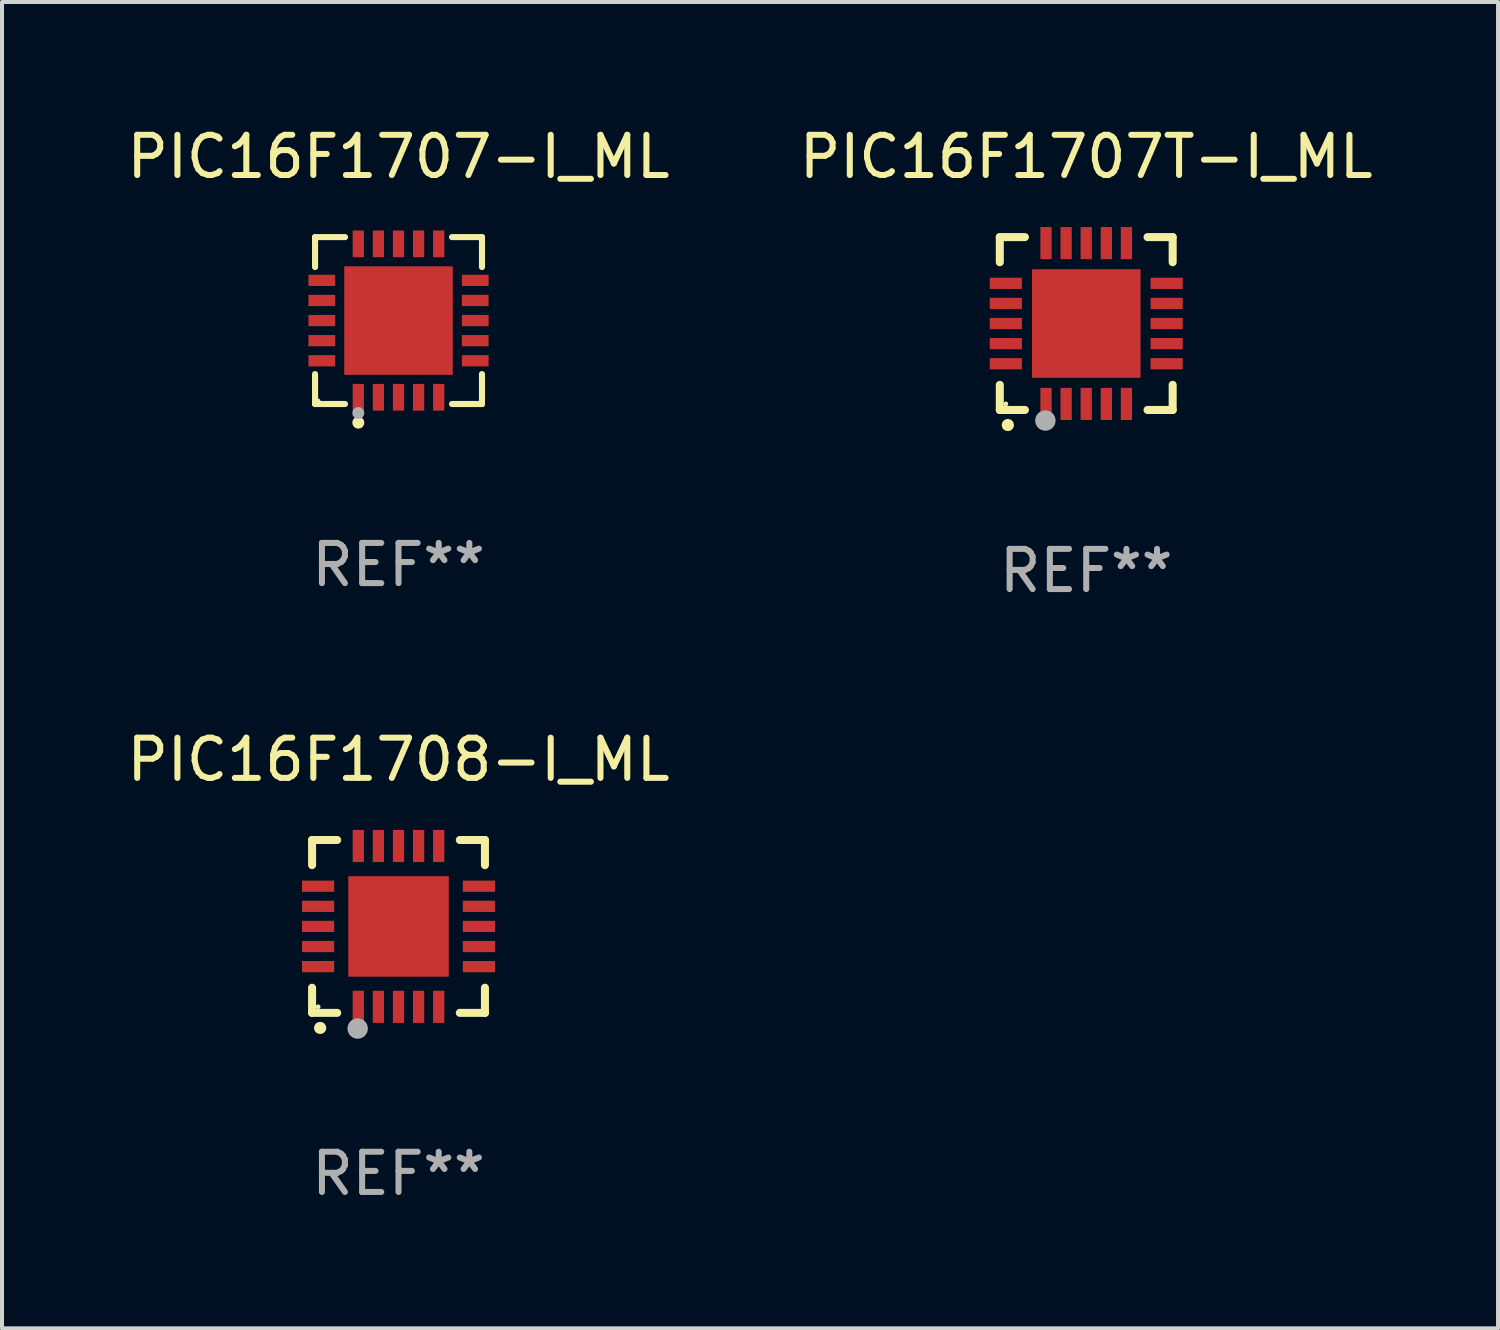
<source format=kicad_pcb>
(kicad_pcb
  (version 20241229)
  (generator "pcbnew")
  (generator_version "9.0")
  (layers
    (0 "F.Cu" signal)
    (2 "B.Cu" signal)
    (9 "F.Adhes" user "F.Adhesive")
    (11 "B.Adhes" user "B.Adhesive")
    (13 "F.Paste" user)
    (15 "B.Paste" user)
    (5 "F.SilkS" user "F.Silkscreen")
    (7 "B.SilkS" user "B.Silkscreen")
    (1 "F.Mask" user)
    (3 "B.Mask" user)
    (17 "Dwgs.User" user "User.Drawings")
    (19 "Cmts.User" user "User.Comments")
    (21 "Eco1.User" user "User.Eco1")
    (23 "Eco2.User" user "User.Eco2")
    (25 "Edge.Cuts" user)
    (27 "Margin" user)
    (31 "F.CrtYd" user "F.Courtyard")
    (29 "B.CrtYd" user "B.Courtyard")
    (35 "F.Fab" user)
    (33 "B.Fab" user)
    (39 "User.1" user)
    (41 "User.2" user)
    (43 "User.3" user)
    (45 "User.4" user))
  (footprint "PIC16F1708-I_ML"
    (layer "F.Cu")
    (at 6.863 19.995)
    (property "Reference" "PIC16F1708-I_ML" (at 0 -4.15 0) (layer "F.SilkS") (effects (font (size 1 1) (thickness 0.15))))
    (attr through_hole)
    (fp_line (start -2.15 -2.15) (end -2.15 -1.525) (stroke (width 0.2) (type solid)) (layer "F.SilkS"))
    (fp_line (start -2.15 2.15) (end -2.15 1.525) (stroke (width 0.2) (type solid)) (layer "F.SilkS"))
    (fp_line (start -1.525 -2.15) (end -2.15 -2.15) (stroke (width 0.2) (type solid)) (layer "F.SilkS"))
    (fp_line (start -1.525 2.15) (end -2.15 2.15) (stroke (width 0.2) (type solid)) (layer "F.SilkS"))
    (fp_line (start 1.525 2.15) (end 2.15 2.15) (stroke (width 0.2) (type solid)) (layer "F.SilkS"))
    (fp_line (start 2.15 -2.15) (end 1.525 -2.15) (stroke (width 0.2) (type solid)) (layer "F.SilkS"))
    (fp_line (start 2.15 -1.525) (end 2.15 -2.15) (stroke (width 0.2) (type solid)) (layer "F.SilkS"))
    (fp_line (start 2.15 2.15) (end 2.15 1.525) (stroke (width 0.2) (type solid)) (layer "F.SilkS"))
    (fp_arc (start -1.950724 2.524765) (mid -1.949454 2.52476) (end -1.948184 2.524765) (stroke (width 0.3) (type solid)) (layer "F.SilkS"))
    (fp_circle (center -2 2) (end -1.97 2) (stroke (width 0.06) (type solid)) (fill no) (layer "F.SilkS"))
    (fp_circle (center -1.016 2.54) (end -0.889 2.54) (stroke (width 0.254) (type solid)) (fill no) (layer "F.Fab"))
    (fp_text user "REF**" (at 0 6.15 0) (layer "F.Fab") (effects (font (size 1 1) (thickness 0.15))))
    (pad "1" smd rect (at -1 2) (size 0.28 0.8) (layers "F.Cu" "F.Mask" "F.Paste"))
    (pad "2" smd rect (at -0.5 2) (size 0.28 0.8) (layers "F.Cu" "F.Mask" "F.Paste"))
    (pad "3" smd rect (at 0 2) (size 0.28 0.8) (layers "F.Cu" "F.Mask" "F.Paste"))
    (pad "4" smd rect (at 0.5 2) (size 0.28 0.8) (layers "F.Cu" "F.Mask" "F.Paste"))
    (pad "5" smd rect (at 1 2) (size 0.28 0.8) (layers "F.Cu" "F.Mask" "F.Paste"))
    (pad "6" smd rect (at 2 1) (size 0.8 0.28) (layers "F.Cu" "F.Mask" "F.Paste"))
    (pad "7" smd rect (at 2 0.5) (size 0.8 0.28) (layers "F.Cu" "F.Mask" "F.Paste"))
    (pad "8" smd rect (at 2 0) (size 0.8 0.28) (layers "F.Cu" "F.Mask" "F.Paste"))
    (pad "9" smd rect (at 2 -0.5) (size 0.8 0.28) (layers "F.Cu" "F.Mask" "F.Paste"))
    (pad "10" smd rect (at 2 -1) (size 0.8 0.28) (layers "F.Cu" "F.Mask" "F.Paste"))
    (pad "11" smd rect (at 1 -2) (size 0.28 0.8) (layers "F.Cu" "F.Mask" "F.Paste"))
    (pad "12" smd rect (at 0.5 -2) (size 0.28 0.8) (layers "F.Cu" "F.Mask" "F.Paste"))
    (pad "13" smd rect (at 0 -2) (size 0.28 0.8) (layers "F.Cu" "F.Mask" "F.Paste"))
    (pad "14" smd rect (at -0.5 -2) (size 0.28 0.8) (layers "F.Cu" "F.Mask" "F.Paste"))
    (pad "15" smd rect (at -1 -2) (size 0.28 0.8) (layers "F.Cu" "F.Mask" "F.Paste"))
    (pad "16" smd rect (at -2 -1) (size 0.8 0.28) (layers "F.Cu" "F.Mask" "F.Paste"))
    (pad "17" smd rect (at -2 -0.5) (size 0.8 0.28) (layers "F.Cu" "F.Mask" "F.Paste"))
    (pad "18" smd rect (at -2 0) (size 0.8 0.28) (layers "F.Cu" "F.Mask" "F.Paste"))
    (pad "19" smd rect (at -2 0.5) (size 0.8 0.28) (layers "F.Cu" "F.Mask" "F.Paste"))
    (pad "20" smd rect (at -2 1) (size 0.8 0.28) (layers "F.Cu" "F.Mask" "F.Paste"))
    (pad "21" smd rect (at 0 0) (size 2.5 2.5) (layers "F.Cu" "F.Mask" "F.Paste")))
  (footprint "PIC16F1707T-I_ML"
    (layer "F.Cu")
    (at 23.97 4.998)
    (property "Reference" "PIC16F1707T-I_ML" (at 0 -4.15 0) (layer "F.SilkS") (effects (font (size 1 1) (thickness 0.15))))
    (attr through_hole)
    (fp_line (start -2.15 -2.15) (end -2.15 -1.525) (stroke (width 0.2) (type solid)) (layer "F.SilkS"))
    (fp_line (start -2.15 2.15) (end -2.15 1.525) (stroke (width 0.2) (type solid)) (layer "F.SilkS"))
    (fp_line (start -1.525 -2.15) (end -2.15 -2.15) (stroke (width 0.2) (type solid)) (layer "F.SilkS"))
    (fp_line (start -1.525 2.15) (end -2.15 2.15) (stroke (width 0.2) (type solid)) (layer "F.SilkS"))
    (fp_line (start 1.525 2.15) (end 2.15 2.15) (stroke (width 0.2) (type solid)) (layer "F.SilkS"))
    (fp_line (start 2.15 -2.15) (end 1.525 -2.15) (stroke (width 0.2) (type solid)) (layer "F.SilkS"))
    (fp_line (start 2.15 -1.525) (end 2.15 -2.15) (stroke (width 0.2) (type solid)) (layer "F.SilkS"))
    (fp_line (start 2.15 2.15) (end 2.15 1.525) (stroke (width 0.2) (type solid)) (layer "F.SilkS"))
    (fp_arc (start -1.950724 2.524765) (mid -1.949454 2.52476) (end -1.948184 2.524765) (stroke (width 0.3) (type solid)) (layer "F.SilkS"))
    (fp_circle (center -2 2) (end -1.97 2) (stroke (width 0.06) (type solid)) (fill no) (layer "F.SilkS"))
    (fp_circle (center -1.016 2.413) (end -0.889 2.413) (stroke (width 0.254) (type solid)) (fill no) (layer "F.Fab"))
    (fp_text user "REF**" (at 0 6.15 0) (layer "F.Fab") (effects (font (size 1 1) (thickness 0.15))))
    (pad "1" smd rect (at -1 2) (size 0.28 0.8) (layers "F.Cu" "F.Mask" "F.Paste"))
    (pad "2" smd rect (at -0.5 2) (size 0.28 0.8) (layers "F.Cu" "F.Mask" "F.Paste"))
    (pad "3" smd rect (at 0 2) (size 0.28 0.8) (layers "F.Cu" "F.Mask" "F.Paste"))
    (pad "4" smd rect (at 0.5 2) (size 0.28 0.8) (layers "F.Cu" "F.Mask" "F.Paste"))
    (pad "5" smd rect (at 1 2) (size 0.28 0.8) (layers "F.Cu" "F.Mask" "F.Paste"))
    (pad "6" smd rect (at 2 1) (size 0.8 0.28) (layers "F.Cu" "F.Mask" "F.Paste"))
    (pad "7" smd rect (at 2 0.5) (size 0.8 0.28) (layers "F.Cu" "F.Mask" "F.Paste"))
    (pad "8" smd rect (at 2 0) (size 0.8 0.28) (layers "F.Cu" "F.Mask" "F.Paste"))
    (pad "9" smd rect (at 2 -0.5) (size 0.8 0.28) (layers "F.Cu" "F.Mask" "F.Paste"))
    (pad "10" smd rect (at 2 -1) (size 0.8 0.28) (layers "F.Cu" "F.Mask" "F.Paste"))
    (pad "11" smd rect (at 1 -2) (size 0.28 0.8) (layers "F.Cu" "F.Mask" "F.Paste"))
    (pad "12" smd rect (at 0.5 -2) (size 0.28 0.8) (layers "F.Cu" "F.Mask" "F.Paste"))
    (pad "13" smd rect (at 0 -2) (size 0.28 0.8) (layers "F.Cu" "F.Mask" "F.Paste"))
    (pad "14" smd rect (at -0.5 -2) (size 0.28 0.8) (layers "F.Cu" "F.Mask" "F.Paste"))
    (pad "15" smd rect (at -1 -2) (size 0.28 0.8) (layers "F.Cu" "F.Mask" "F.Paste"))
    (pad "16" smd rect (at -2 -1) (size 0.8 0.28) (layers "F.Cu" "F.Mask" "F.Paste"))
    (pad "17" smd rect (at -2 -0.5) (size 0.8 0.28) (layers "F.Cu" "F.Mask" "F.Paste"))
    (pad "18" smd rect (at -2 0) (size 0.8 0.28) (layers "F.Cu" "F.Mask" "F.Paste"))
    (pad "19" smd rect (at -2 0.5) (size 0.8 0.28) (layers "F.Cu" "F.Mask" "F.Paste"))
    (pad "20" smd rect (at -2 1) (size 0.8 0.28) (layers "F.Cu" "F.Mask" "F.Paste"))
    (pad "21" smd rect (at 0 0) (size 2.7 2.7) (layers "F.Cu" "F.Mask" "F.Paste")))
  (footprint "PIC16F1707-I_ML"
    (layer "F.Cu")
    (at 6.863 4.924)
    (property "Reference" "PIC16F1707-I_ML" (at 0 -4.076 0) (layer "F.SilkS") (effects (font (size 1 1) (thickness 0.15))))
    (attr through_hole)
    (fp_line (start -2.076 -2.076) (end -1.331 -2.076) (stroke (width 0.152) (type solid)) (layer "F.SilkS"))
    (fp_line (start -2.076 -1.331) (end -2.076 -2.076) (stroke (width 0.152) (type solid)) (layer "F.SilkS"))
    (fp_line (start -2.076 1.331) (end -2.076 2.076) (stroke (width 0.152) (type solid)) (layer "F.SilkS"))
    (fp_line (start -2.076 2.076) (end -1.331 2.076) (stroke (width 0.152) (type solid)) (layer "F.SilkS"))
    (fp_line (start 2.076 -2.076) (end 1.331 -2.076) (stroke (width 0.152) (type solid)) (layer "F.SilkS"))
    (fp_line (start 2.076 -1.331) (end 2.076 -2.076) (stroke (width 0.152) (type solid)) (layer "F.SilkS"))
    (fp_line (start 2.076 1.331) (end 2.076 2.076) (stroke (width 0.152) (type solid)) (layer "F.SilkS"))
    (fp_line (start 2.076 2.076) (end 1.331 2.076) (stroke (width 0.152) (type solid)) (layer "F.SilkS"))
    (fp_circle (center -2 2) (end -1.97 2) (stroke (width 0.06) (type solid)) (fill no) (layer "F.SilkS"))
    (fp_circle (center -1 2.54) (end -0.925 2.54) (stroke (width 0.15) (type solid)) (fill no) (layer "F.SilkS"))
    (fp_circle (center -1 2.3) (end -0.925 2.3) (stroke (width 0.15) (type solid)) (fill no) (layer "F.Fab"))
    (fp_text user "REF**" (at 0 6.076 0) (layer "F.Fab") (effects (font (size 1 1) (thickness 0.15))))
    (pad "1" smd rect (at -1 1.908) (size 0.28 0.665) (layers "F.Cu" "F.Mask" "F.Paste"))
    (pad "2" smd rect (at -0.5 1.908) (size 0.28 0.665) (layers "F.Cu" "F.Mask" "F.Paste"))
    (pad "3" smd rect (at 0 1.908) (size 0.28 0.665) (layers "F.Cu" "F.Mask" "F.Paste"))
    (pad "4" smd rect (at 0.5 1.908) (size 0.28 0.665) (layers "F.Cu" "F.Mask" "F.Paste"))
    (pad "5" smd rect (at 1 1.908) (size 0.28 0.665) (layers "F.Cu" "F.Mask" "F.Paste"))
    (pad "6" smd rect (at 1.908 1) (size 0.665 0.28) (layers "F.Cu" "F.Mask" "F.Paste"))
    (pad "7" smd rect (at 1.908 0.5) (size 0.665 0.28) (layers "F.Cu" "F.Mask" "F.Paste"))
    (pad "8" smd rect (at 1.908 0) (size 0.665 0.28) (layers "F.Cu" "F.Mask" "F.Paste"))
    (pad "9" smd rect (at 1.908 -0.5) (size 0.665 0.28) (layers "F.Cu" "F.Mask" "F.Paste"))
    (pad "10" smd rect (at 1.908 -1) (size 0.665 0.28) (layers "F.Cu" "F.Mask" "F.Paste"))
    (pad "11" smd rect (at 1 -1.908) (size 0.28 0.665) (layers "F.Cu" "F.Mask" "F.Paste"))
    (pad "12" smd rect (at 0.5 -1.908) (size 0.28 0.665) (layers "F.Cu" "F.Mask" "F.Paste"))
    (pad "13" smd rect (at 0 -1.908) (size 0.28 0.665) (layers "F.Cu" "F.Mask" "F.Paste"))
    (pad "14" smd rect (at -0.5 -1.908) (size 0.28 0.665) (layers "F.Cu" "F.Mask" "F.Paste"))
    (pad "15" smd rect (at -1 -1.908) (size 0.28 0.665) (layers "F.Cu" "F.Mask" "F.Paste"))
    (pad "16" smd rect (at -1.908 -1) (size 0.665 0.28) (layers "F.Cu" "F.Mask" "F.Paste"))
    (pad "17" smd rect (at -1.908 -0.5) (size 0.665 0.28) (layers "F.Cu" "F.Mask" "F.Paste"))
    (pad "18" smd rect (at -1.908 0) (size 0.665 0.28) (layers "F.Cu" "F.Mask" "F.Paste"))
    (pad "19" smd rect (at -1.908 0.5) (size 0.665 0.28) (layers "F.Cu" "F.Mask" "F.Paste"))
    (pad "20" smd rect (at -1.908 1) (size 0.665 0.28) (layers "F.Cu" "F.Mask" "F.Paste"))
    (pad "21" smd rect (at 0 0) (size 2.7 2.7) (layers "F.Cu" "F.Mask" "F.Paste")))
  (gr_rect
    (start -3 -3)
    (end 34.214 29.993)
    (stroke (width 0.1) (type default))
    (fill no)
    (layer "Edge.Cuts")))
</source>
